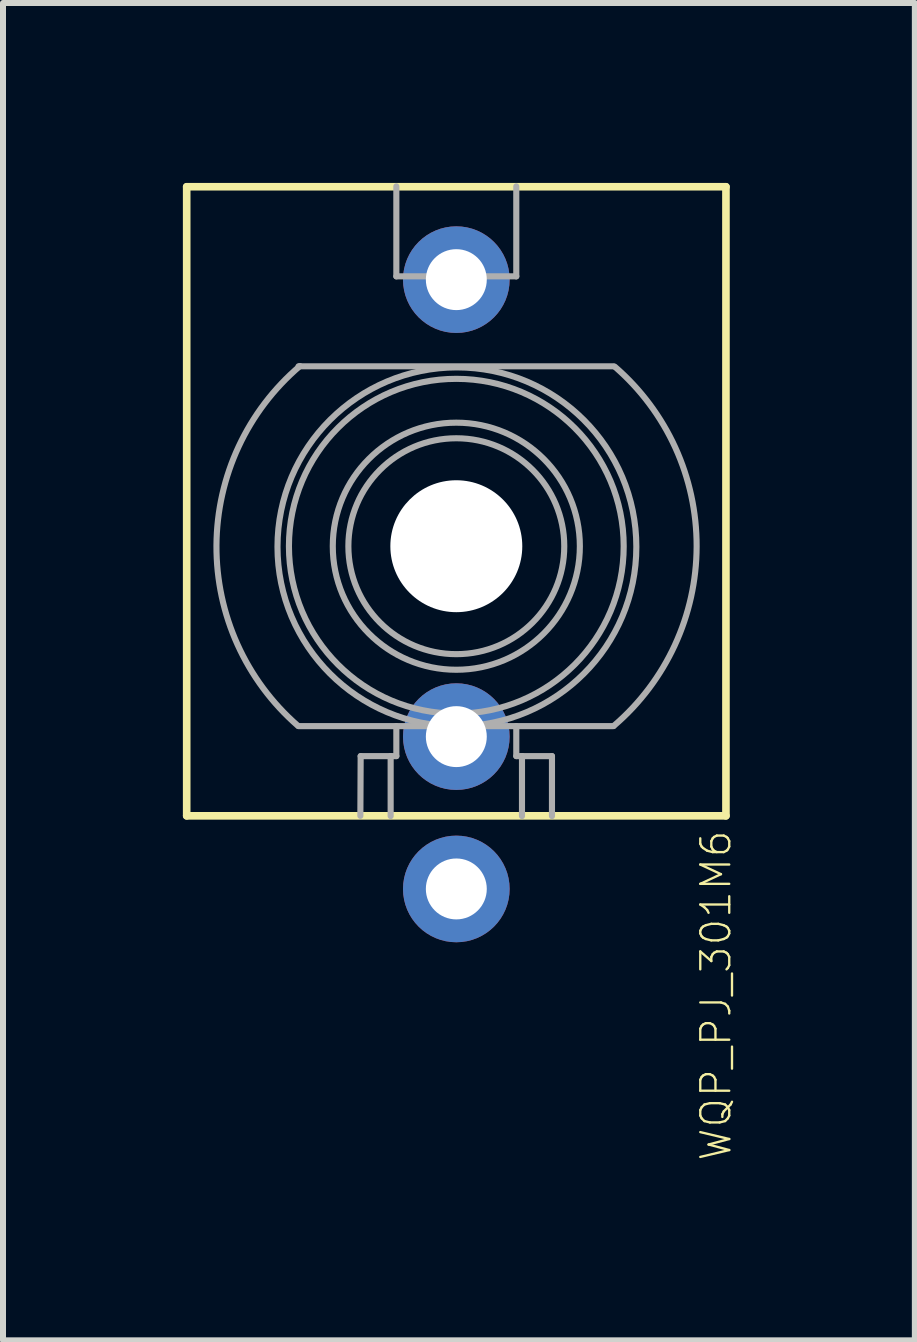
<source format=kicad_pcb>
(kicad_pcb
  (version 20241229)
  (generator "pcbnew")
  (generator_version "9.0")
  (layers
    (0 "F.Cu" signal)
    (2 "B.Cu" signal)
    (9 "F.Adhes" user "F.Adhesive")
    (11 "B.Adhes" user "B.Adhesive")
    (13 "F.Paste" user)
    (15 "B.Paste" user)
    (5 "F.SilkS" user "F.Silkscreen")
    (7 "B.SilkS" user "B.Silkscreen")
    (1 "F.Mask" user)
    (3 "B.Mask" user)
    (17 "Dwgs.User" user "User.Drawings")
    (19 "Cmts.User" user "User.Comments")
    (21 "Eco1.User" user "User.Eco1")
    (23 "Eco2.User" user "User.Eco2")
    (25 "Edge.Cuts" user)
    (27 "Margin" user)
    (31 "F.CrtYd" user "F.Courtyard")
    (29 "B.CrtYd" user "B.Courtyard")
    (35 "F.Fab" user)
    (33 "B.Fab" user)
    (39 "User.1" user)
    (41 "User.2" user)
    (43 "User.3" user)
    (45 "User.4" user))
  (footprint "WQP_PJ_301M6"
    (layer "F.Cu")
    (at 4.559 6.058)
    (property "Reference" "WQP_PJ_301M6" (at 4.047 4.707 270) (layer "F.SilkS") (effects (font (size 0.483 0.483) (thickness 0.039)) (justify right top)))
    (attr through_hole)
    (fp_line (start -4.496 -5.994) (end 4.496 -5.994) (stroke (width 0.127) (type solid)) (layer "F.SilkS"))
    (fp_line (start -4.496 4.496) (end -4.496 -5.994) (stroke (width 0.127) (type solid)) (layer "F.SilkS"))
    (fp_line (start 4.496 -5.994) (end 4.496 4.496) (stroke (width 0.127) (type solid)) (layer "F.SilkS"))
    (fp_line (start 4.496 4.496) (end -4.496 4.496) (stroke (width 0.127) (type solid)) (layer "F.SilkS"))
    (fp_line (start -2.631 -3) (end 2.62 -3) (stroke (width 0.102) (type solid)) (layer "F.Fab"))
    (fp_line (start -2.631 3) (end 2.62 3) (stroke (width 0.102) (type solid)) (layer "F.Fab"))
    (fp_line (start -1.6 4.496) (end -1.595 3.5) (stroke (width 0.102) (type solid)) (layer "F.Fab"))
    (fp_line (start -1.595 3.5) (end -1.095 3.5) (stroke (width 0.102) (type solid)) (layer "F.Fab"))
    (fp_line (start -1.095 3.5) (end -1.095 4.5) (stroke (width 0.102) (type solid)) (layer "F.Fab"))
    (fp_line (start -1.095 3.5) (end -1 3.5) (stroke (width 0.102) (type solid)) (layer "F.Fab"))
    (fp_line (start -1 -4.5) (end -1 -6) (stroke (width 0.102) (type solid)) (layer "F.Fab"))
    (fp_line (start -1 0) (end 1 0) (stroke (width 0.102) (type solid)) (layer "F.Fab"))
    (fp_line (start -1 3.5) (end -1 3) (stroke (width 0.102) (type solid)) (layer "F.Fab"))
    (fp_line (start 0 -1) (end 0 1) (stroke (width 0.102) (type solid)) (layer "F.Fab"))
    (fp_line (start 1 -6) (end 1 -4.5) (stroke (width 0.102) (type solid)) (layer "F.Fab"))
    (fp_line (start 1 -4.5) (end -1 -4.5) (stroke (width 0.102) (type solid)) (layer "F.Fab"))
    (fp_line (start 1 3) (end 1 3.5) (stroke (width 0.102) (type solid)) (layer "F.Fab"))
    (fp_line (start 1 3.5) (end 1.095 3.5) (stroke (width 0.102) (type solid)) (layer "F.Fab"))
    (fp_line (start 1.095 3.5) (end 1.095 4.5) (stroke (width 0.102) (type solid)) (layer "F.Fab"))
    (fp_line (start 1.095 3.5) (end 1.595 3.5) (stroke (width 0.102) (type solid)) (layer "F.Fab"))
    (fp_line (start 1.595 3.5) (end 1.595 4.5) (stroke (width 0.102) (type solid)) (layer "F.Fab"))
    (fp_arc (start -2.641998 2.994) (mid -3.999529 -0.012791) (end -2.608 -3.004) (stroke (width 0.1016) (type solid)) (layer "F.Fab"))
    (fp_arc (start 2.642 -2.994) (mid 4.007235 0.003208) (end 2.628 2.994) (stroke (width 0.1016) (type solid)) (layer "F.Fab"))
    (fp_circle (center 0 0) (end 1.8 0) (stroke (width 0.102) (type solid)) (fill no) (layer "F.Fab"))
    (fp_circle (center 0 0) (end 2.06 0) (stroke (width 0.102) (type solid)) (fill no) (layer "F.Fab"))
    (fp_circle (center 0 0) (end 2.791 0) (stroke (width 0.102) (type solid)) (fill no) (layer "F.Fab"))
    (fp_circle (center 0.01 0.01) (end 3.002 0.01) (stroke (width 0.102) (type solid)) (fill no) (layer "F.Fab"))
    (pad "" np_thru_hole circle (at 0 0) (size 2.2 2.2) (drill 2.2) (layers "*.Cu" "*.Mask"))
    (pad "P1" thru_hole circle (at 0 5.715) (size 1.778 1.778) (drill 1.016) (layers "*.Cu" "*.Mask"))
    (pad "P2" thru_hole circle (at 0 3.175) (size 1.778 1.778) (drill 1.016) (layers "*.Cu" "*.Mask"))
    (pad "P3" thru_hole circle (at 0 -4.445) (size 1.778 1.778) (drill 1.016) (layers "*.Cu" "*.Mask")))
  (gr_rect
    (start -3 -3)
    (end 12.205 19.3)
    (stroke (width 0.1) (type default))
    (fill no)
    (layer "Edge.Cuts")))
</source>
